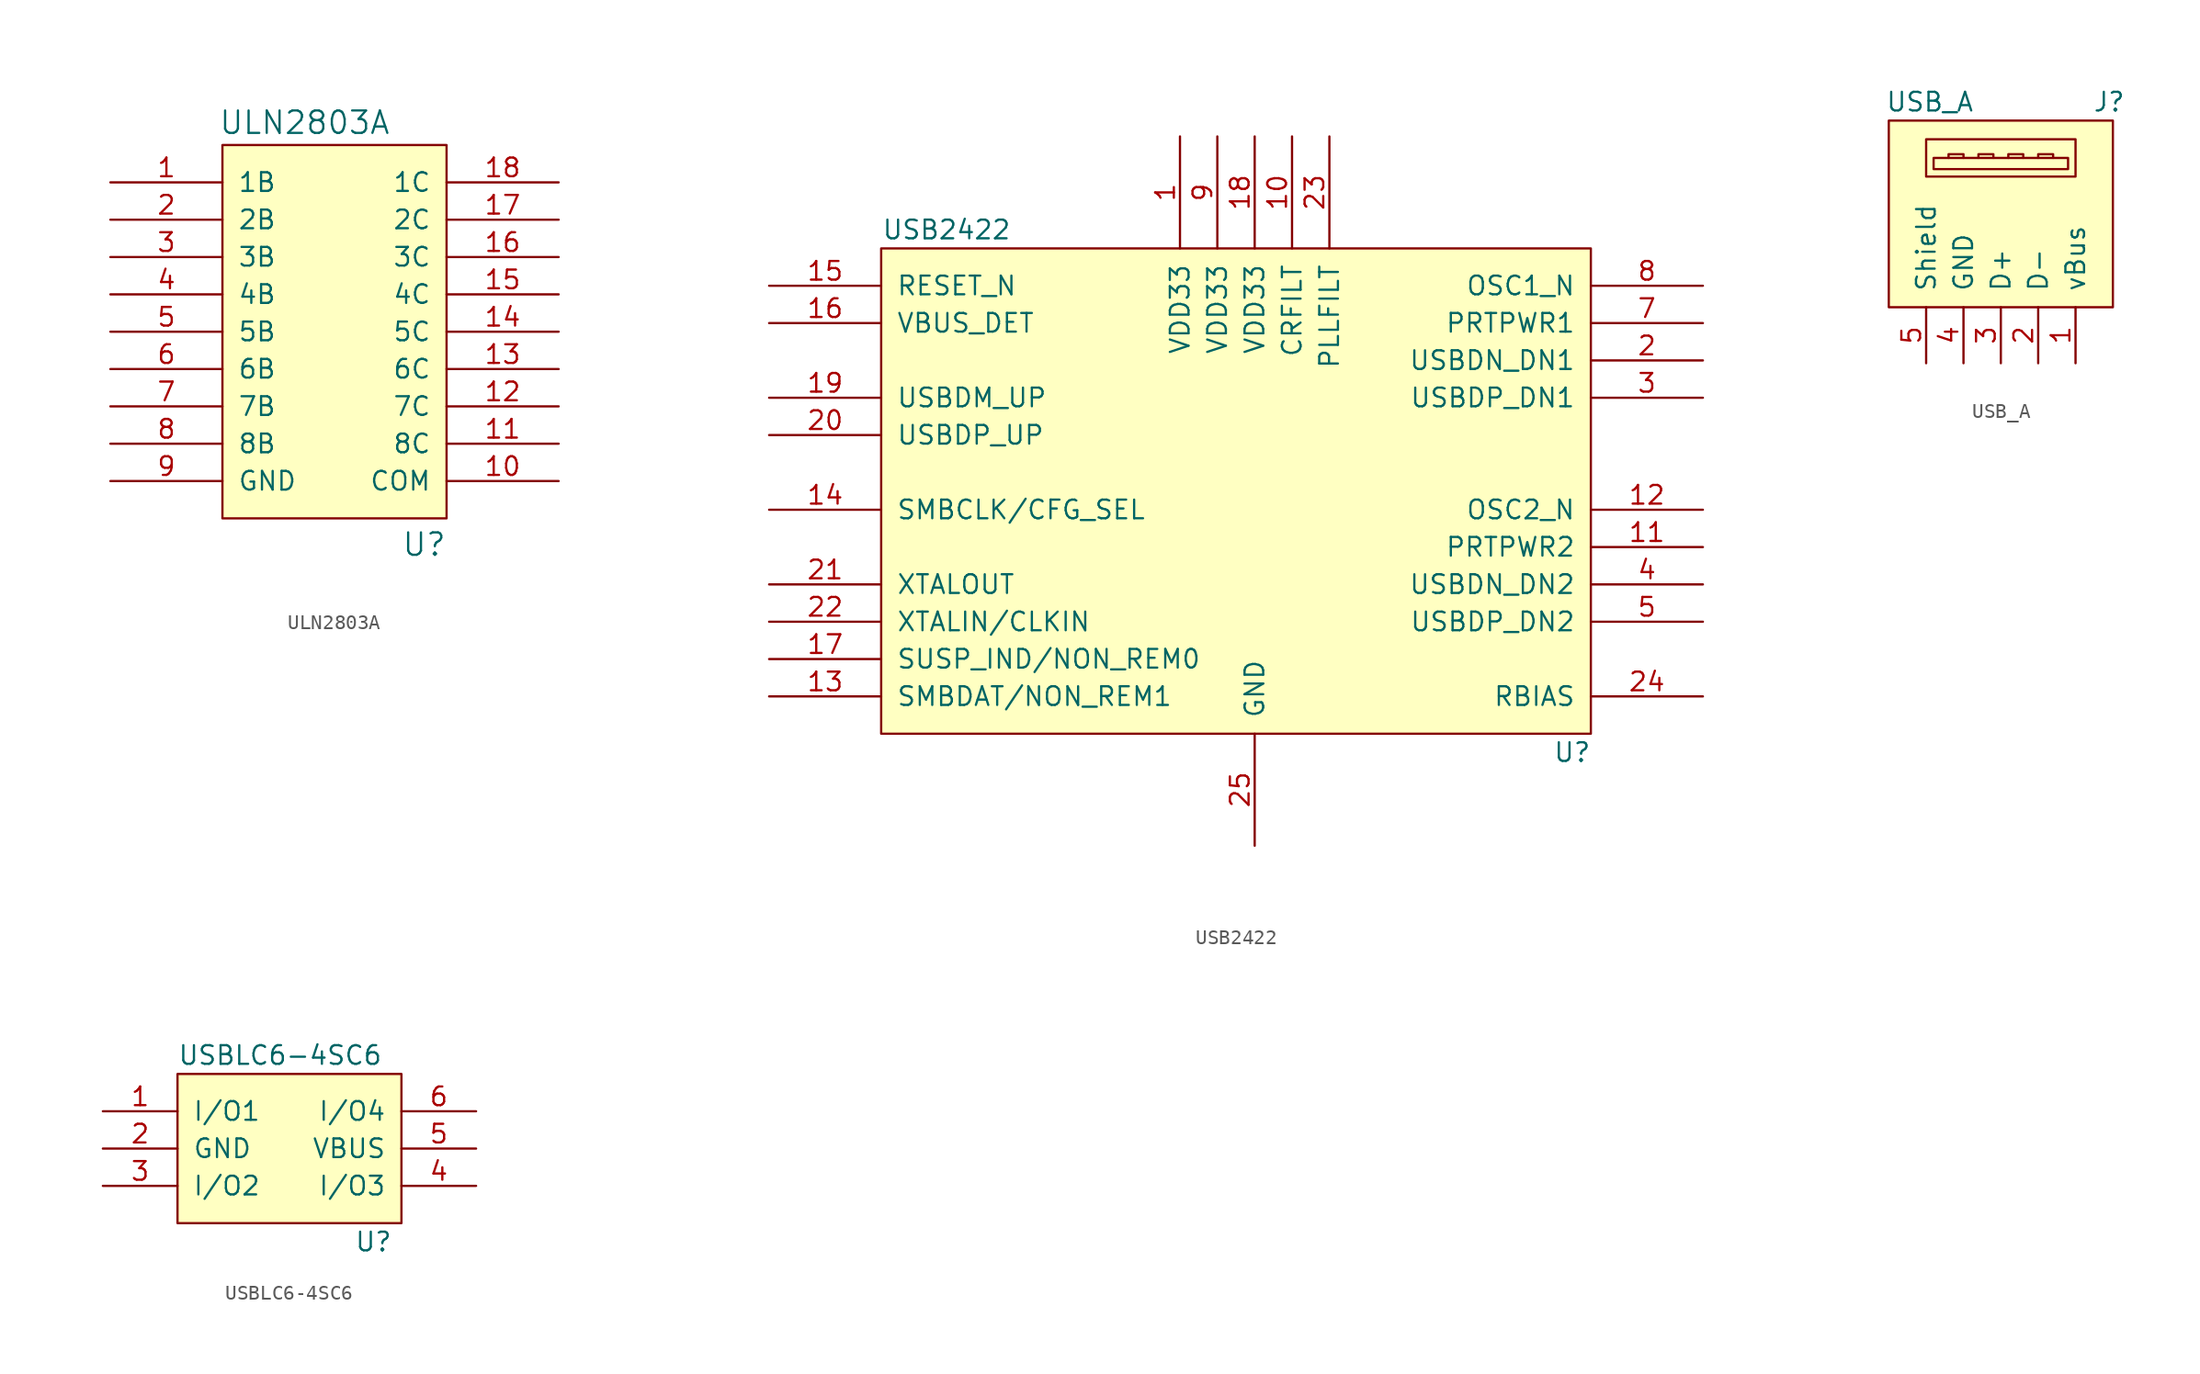
<source format=kicad_sym>
(kicad_symbol_lib
  (version 20211014)
  (generator kicad_symbol_editor)
  (symbol "ULN2803A"
    (pin_names
      (offset 1.016))
    (property "Reference" "U"
      (at 6.096 -24.638 0)
      (effects (font (size 1.524 1.524))))
    (property "Value" "ULN2803A"
      (at -2.032 4.064 0)
      (effects (font (size 1.524 1.524))))
    (property "Footprint" ""
      (at -13.97 0 0)
      (effects (font (size 1.524 1.524))))
    (property "Datasheet" ""
      (at -13.97 0 0)
      (effects (font (size 1.524 1.524))))
    (symbol "ULN2803A_0_1"
      (rectangle (start -7.62 2.54) (end 7.62 -22.86) (stroke (width 0) (type default) (color 0 0 0 0)) (fill (type background))))
    (symbol "ULN2803A_1_1"
      (pin input line (at -15.24 0 0) (length 7.62) (name "1B" (effects (font (size 1.27 1.27)))) (number "1" (effects (font (size 1.27 1.27)))))
      (pin input line (at 15.24 -20.32 180) (length 7.62) (name "COM" (effects (font (size 1.27 1.27)))) (number "10" (effects (font (size 1.27 1.27)))))
      (pin input line (at 15.24 -17.78 180) (length 7.62) (name "8C" (effects (font (size 1.27 1.27)))) (number "11" (effects (font (size 1.27 1.27)))))
      (pin input line (at 15.24 -15.24 180) (length 7.62) (name "7C" (effects (font (size 1.27 1.27)))) (number "12" (effects (font (size 1.27 1.27)))))
      (pin input line (at 15.24 -12.7 180) (length 7.62) (name "6C" (effects (font (size 1.27 1.27)))) (number "13" (effects (font (size 1.27 1.27)))))
      (pin input line (at 15.24 -10.16 180) (length 7.62) (name "5C" (effects (font (size 1.27 1.27)))) (number "14" (effects (font (size 1.27 1.27)))))
      (pin input line (at 15.24 -7.62 180) (length 7.62) (name "4C" (effects (font (size 1.27 1.27)))) (number "15" (effects (font (size 1.27 1.27)))))
      (pin input line (at 15.24 -5.08 180) (length 7.62) (name "3C" (effects (font (size 1.27 1.27)))) (number "16" (effects (font (size 1.27 1.27)))))
      (pin input line (at 15.24 -2.54 180) (length 7.62) (name "2C" (effects (font (size 1.27 1.27)))) (number "17" (effects (font (size 1.27 1.27)))))
      (pin input line (at 15.24 0 180) (length 7.62) (name "1C" (effects (font (size 1.27 1.27)))) (number "18" (effects (font (size 1.27 1.27)))))
      (pin input line (at -15.24 -2.54 0) (length 7.62) (name "2B" (effects (font (size 1.27 1.27)))) (number "2" (effects (font (size 1.27 1.27)))))
      (pin input line (at -15.24 -5.08 0) (length 7.62) (name "3B" (effects (font (size 1.27 1.27)))) (number "3" (effects (font (size 1.27 1.27)))))
      (pin input line (at -15.24 -7.62 0) (length 7.62) (name "4B" (effects (font (size 1.27 1.27)))) (number "4" (effects (font (size 1.27 1.27)))))
      (pin input line (at -15.24 -10.16 0) (length 7.62) (name "5B" (effects (font (size 1.27 1.27)))) (number "5" (effects (font (size 1.27 1.27)))))
      (pin input line (at -15.24 -12.7 0) (length 7.62) (name "6B" (effects (font (size 1.27 1.27)))) (number "6" (effects (font (size 1.27 1.27)))))
      (pin input line (at -15.24 -15.24 0) (length 7.62) (name "7B" (effects (font (size 1.27 1.27)))) (number "7" (effects (font (size 1.27 1.27)))))
      (pin input line (at -15.24 -17.78 0) (length 7.62) (name "8B" (effects (font (size 1.27 1.27)))) (number "8" (effects (font (size 1.27 1.27)))))
      (pin input line (at -15.24 -20.32 0) (length 7.62) (name "GND" (effects (font (size 1.27 1.27)))) (number "9" (effects (font (size 1.27 1.27)))))))
  (symbol "USB2422"
    (pin_names
      (offset 1.016))
    (property "Reference" "U"
      (at 46.99 -34.29 0)
      (effects (font (size 1.27 1.27))))
    (property "Value" "USB2422"
      (at 4.445 1.27 0)
      (effects (font (size 1.27 1.27))))
    (symbol "USB2422_0_1"
      (rectangle (start 48.26 -33.02) (end 0 0) (stroke (width 0) (type default) (color 0 0 0 0)) (fill (type background))))
    (symbol "USB2422_1_1"
      (pin input line (at 20.32 7.62 270) (length 7.62) (name "VDD33" (effects (font (size 1.27 1.27)))) (number "1" (effects (font (size 1.27 1.27)))))
      (pin input line (at 27.94 7.62 270) (length 7.62) (name "CRFILT" (effects (font (size 1.27 1.27)))) (number "10" (effects (font (size 1.27 1.27)))))
      (pin input line (at 55.88 -20.32 180) (length 7.62) (name "PRTPWR2" (effects (font (size 1.27 1.27)))) (number "11" (effects (font (size 1.27 1.27)))))
      (pin input line (at 55.88 -17.78 180) (length 7.62) (name "OSC2_N" (effects (font (size 1.27 1.27)))) (number "12" (effects (font (size 1.27 1.27)))))
      (pin input line (at -7.62 -30.48 0) (length 7.62) (name "SMBDAT/NON_REM1" (effects (font (size 1.27 1.27)))) (number "13" (effects (font (size 1.27 1.27)))))
      (pin input line (at -7.62 -17.78 0) (length 7.62) (name "SMBCLK/CFG_SEL" (effects (font (size 1.27 1.27)))) (number "14" (effects (font (size 1.27 1.27)))))
      (pin input line (at -7.62 -2.54 0) (length 7.62) (name "RESET_N" (effects (font (size 1.27 1.27)))) (number "15" (effects (font (size 1.27 1.27)))))
      (pin input line (at -7.62 -5.08 0) (length 7.62) (name "VBUS_DET" (effects (font (size 1.27 1.27)))) (number "16" (effects (font (size 1.27 1.27)))))
      (pin input line (at -7.62 -27.94 0) (length 7.62) (name "SUSP_IND/NON_REM0" (effects (font (size 1.27 1.27)))) (number "17" (effects (font (size 1.27 1.27)))))
      (pin input line (at 25.4 7.62 270) (length 7.62) (name "VDD33" (effects (font (size 1.27 1.27)))) (number "18" (effects (font (size 1.27 1.27)))))
      (pin input line (at -7.62 -10.16 0) (length 7.62) (name "USBDM_UP" (effects (font (size 1.27 1.27)))) (number "19" (effects (font (size 1.27 1.27)))))
      (pin input line (at 55.88 -7.62 180) (length 7.62) (name "USBDN_DN1" (effects (font (size 1.27 1.27)))) (number "2" (effects (font (size 1.27 1.27)))))
      (pin input line (at -7.62 -12.7 0) (length 7.62) (name "USBDP_UP" (effects (font (size 1.27 1.27)))) (number "20" (effects (font (size 1.27 1.27)))))
      (pin input line (at -7.62 -22.86 0) (length 7.62) (name "XTALOUT" (effects (font (size 1.27 1.27)))) (number "21" (effects (font (size 1.27 1.27)))))
      (pin input line (at -7.62 -25.4 0) (length 7.62) (name "XTALIN/CLKIN" (effects (font (size 1.27 1.27)))) (number "22" (effects (font (size 1.27 1.27)))))
      (pin input line (at 30.48 7.62 270) (length 7.62) (name "PLLFILT" (effects (font (size 1.27 1.27)))) (number "23" (effects (font (size 1.27 1.27)))))
      (pin input line (at 55.88 -30.48 180) (length 7.62) (name "RBIAS" (effects (font (size 1.27 1.27)))) (number "24" (effects (font (size 1.27 1.27)))))
      (pin input line (at 25.4 -40.64 90) (length 7.62) (name "GND" (effects (font (size 1.27 1.27)))) (number "25" (effects (font (size 1.27 1.27)))))
      (pin input line (at 55.88 -10.16 180) (length 7.62) (name "USBDP_DN1" (effects (font (size 1.27 1.27)))) (number "3" (effects (font (size 1.27 1.27)))))
      (pin input line (at 55.88 -22.86 180) (length 7.62) (name "USBDN_DN2" (effects (font (size 1.27 1.27)))) (number "4" (effects (font (size 1.27 1.27)))))
      (pin input line (at 55.88 -25.4 180) (length 7.62) (name "USBDP_DN2" (effects (font (size 1.27 1.27)))) (number "5" (effects (font (size 1.27 1.27)))))
      (pin input line (at 55.88 -5.08 180) (length 7.62) (name "PRTPWR1" (effects (font (size 1.27 1.27)))) (number "7" (effects (font (size 1.27 1.27)))))
      (pin input line (at 55.88 -2.54 180) (length 7.62) (name "OSC1_N" (effects (font (size 1.27 1.27)))) (number "8" (effects (font (size 1.27 1.27)))))
      (pin input line (at 22.86 7.62 270) (length 7.62) (name "VDD33" (effects (font (size 1.27 1.27)))) (number "9" (effects (font (size 1.27 1.27)))))))
  (symbol "USB_A"
    (pin_names
      (offset 1.016))
    (property "Reference" "J"
      (at 7.366 6.35 0)
      (effects (font (size 1.27 1.27))))
    (property "Value" "USB_A"
      (at -4.826 6.35 0)
      (effects (font (size 1.27 1.27))))
    (symbol "USB_A_0_1"
      (rectangle (start -7.62 -7.62) (end 7.62 5.08) (stroke (width 0) (type default) (color 0 0 0 0)) (fill (type background)))
      (rectangle (start -5.08 1.27) (end 5.08 3.81) (stroke (width 0) (type default) (color 0 0 0 0)) (fill (type none)))
      (rectangle (start -4.572 1.778) (end 4.572 2.54) (stroke (width 0) (type default) (color 0 0 0 0)) (fill (type none)))
      (polyline (pts (xy -2.54 2.54) (xy -2.54 2.794) (xy -3.556 2.794) (xy -3.556 2.54)) (stroke (width 0) (type default) (color 0 0 0 0)) (fill (type none)))
      (polyline (pts (xy -0.508 2.54) (xy -0.508 2.794) (xy -1.524 2.794) (xy -1.524 2.54)) (stroke (width 0) (type default) (color 0 0 0 0)) (fill (type none)))
      (polyline (pts (xy 1.524 2.54) (xy 1.524 2.794) (xy 0.508 2.794) (xy 0.508 2.54)) (stroke (width 0) (type default) (color 0 0 0 0)) (fill (type none)))
      (polyline (pts (xy 3.556 2.54) (xy 3.556 2.794) (xy 2.54 2.794) (xy 2.54 2.54)) (stroke (width 0) (type default) (color 0 0 0 0)) (fill (type none))))
    (symbol "USB_A_1_1"
      (pin input line (at 5.08 -11.43 90) (length 3.81) (name "vBus" (effects (font (size 1.27 1.27)))) (number "1" (effects (font (size 1.27 1.27)))))
      (pin input line (at 2.54 -11.43 90) (length 3.81) (name "D-" (effects (font (size 1.27 1.27)))) (number "2" (effects (font (size 1.27 1.27)))))
      (pin input line (at 0 -11.43 90) (length 3.81) (name "D+" (effects (font (size 1.27 1.27)))) (number "3" (effects (font (size 1.27 1.27)))))
      (pin input line (at -2.54 -11.43 90) (length 3.81) (name "GND" (effects (font (size 1.27 1.27)))) (number "4" (effects (font (size 1.27 1.27)))))
      (pin input line (at -5.08 -11.43 90) (length 3.81) (name "Shield" (effects (font (size 1.27 1.27)))) (number "5" (effects (font (size 1.27 1.27)))))))
  (symbol "USBLC6-4SC6"
    (pin_names
      (offset 1.016))
    (property "Reference" "U"
      (at 13.335 -8.89 0)
      (effects (font (size 1.27 1.27))))
    (property "Value" "USBLC6-4SC6"
      (at 6.985 3.81 0)
      (effects (font (size 1.27 1.27))))
    (symbol "USBLC6-4SC6_0_1"
      (rectangle (start 0 2.54) (end 15.24 -7.62) (stroke (width 0) (type default) (color 0 0 0 0)) (fill (type background))))
    (symbol "USBLC6-4SC6_1_1"
      (pin input line (at -5.08 0 0) (length 5.08) (name "I/O1" (effects (font (size 1.27 1.27)))) (number "1" (effects (font (size 1.27 1.27)))))
      (pin input line (at -5.08 -2.54 0) (length 5.08) (name "GND" (effects (font (size 1.27 1.27)))) (number "2" (effects (font (size 1.27 1.27)))))
      (pin input line (at -5.08 -5.08 0) (length 5.08) (name "I/O2" (effects (font (size 1.27 1.27)))) (number "3" (effects (font (size 1.27 1.27)))))
      (pin input line (at 20.32 -5.08 180) (length 5.08) (name "I/O3" (effects (font (size 1.27 1.27)))) (number "4" (effects (font (size 1.27 1.27)))))
      (pin input line (at 20.32 -2.54 180) (length 5.08) (name "VBUS" (effects (font (size 1.27 1.27)))) (number "5" (effects (font (size 1.27 1.27)))))
      (pin input line (at 20.32 0 180) (length 5.08) (name "I/O4" (effects (font (size 1.27 1.27)))) (number "6" (effects (font (size 1.27 1.27))))))))
</source>
